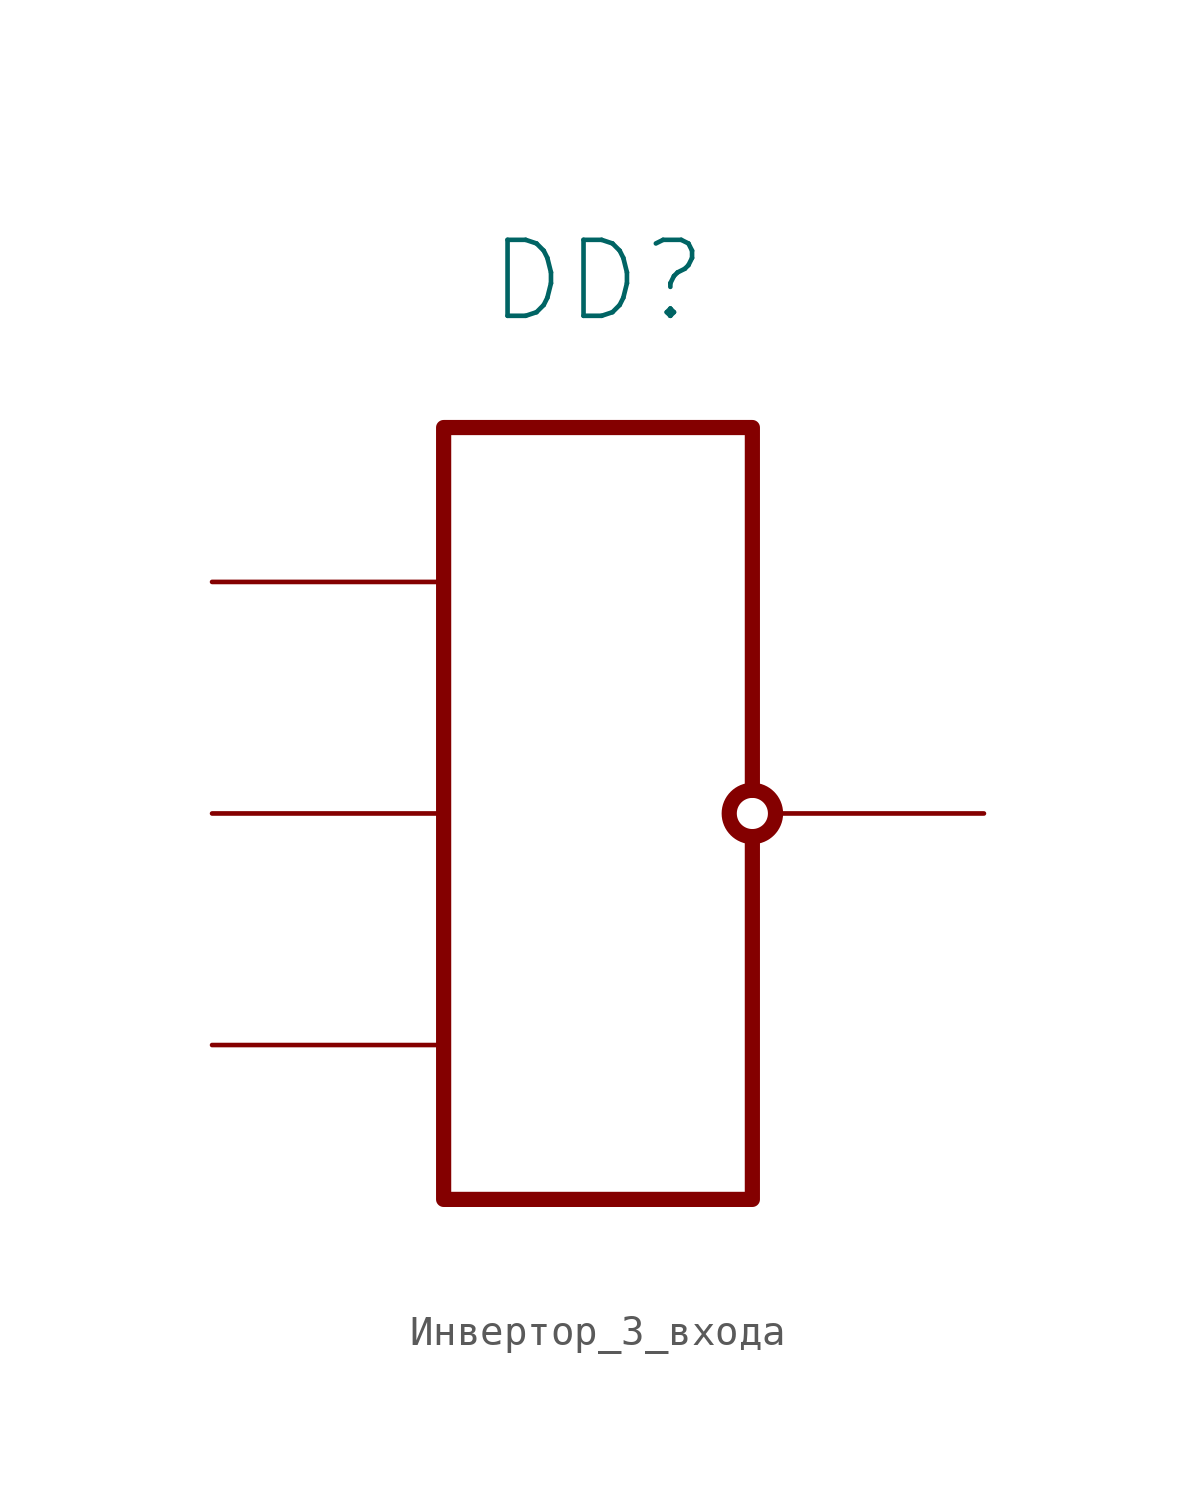
<source format=kicad_sym>
(kicad_symbol_lib
  (version 20220914)
  (generator kicad_symbol_editor)
  (symbol "Инвертор_3_входа"
    (property "Reference" "DD"
      (at 0 9.906 0)
      (effects (font (size 2.5 2.5))))
    (property "Value" ""
      (at 0 0 0)
      (effects (font (size 1.27 1.27))))
    (symbol "Инвертор_3_входа_1_1"
      (polyline (pts (xy 5.08 -6.858) (xy 5.08 5.08) (xy -5.08 5.08) (xy -5.08 -20.32) (xy 5.08 -20.32) (xy 5.08 -8.382)) (stroke (width 0.5) (type default)) (fill (type none)))
      (circle (center 5.08 -7.62) (radius 0.762) (stroke (width 0.5) (type default)) (fill (type none)))
      (pin input line (at -12.7 -15.24 0) (length 7.62) (name "~" (effects (font (size 2.5 2.5)))) (number "" (effects (font (size 2.5 2.5)))))
      (pin input line (at -12.7 -7.62 0) (length 7.62) (name "~" (effects (font (size 2.5 2.5)))) (number "" (effects (font (size 2.5 2.5)))))
      (pin input line (at -12.7 0 0) (length 7.62) (name "~" (effects (font (size 2.5 2.5)))) (number "" (effects (font (size 2.5 2.5)))))
      (pin output line (at 12.7 -7.62 180) (length 7) (name "~" (effects (font (size 2.5 2.5)))) (number "" (effects (font (size 2.5 2.5))))))))
</source>
